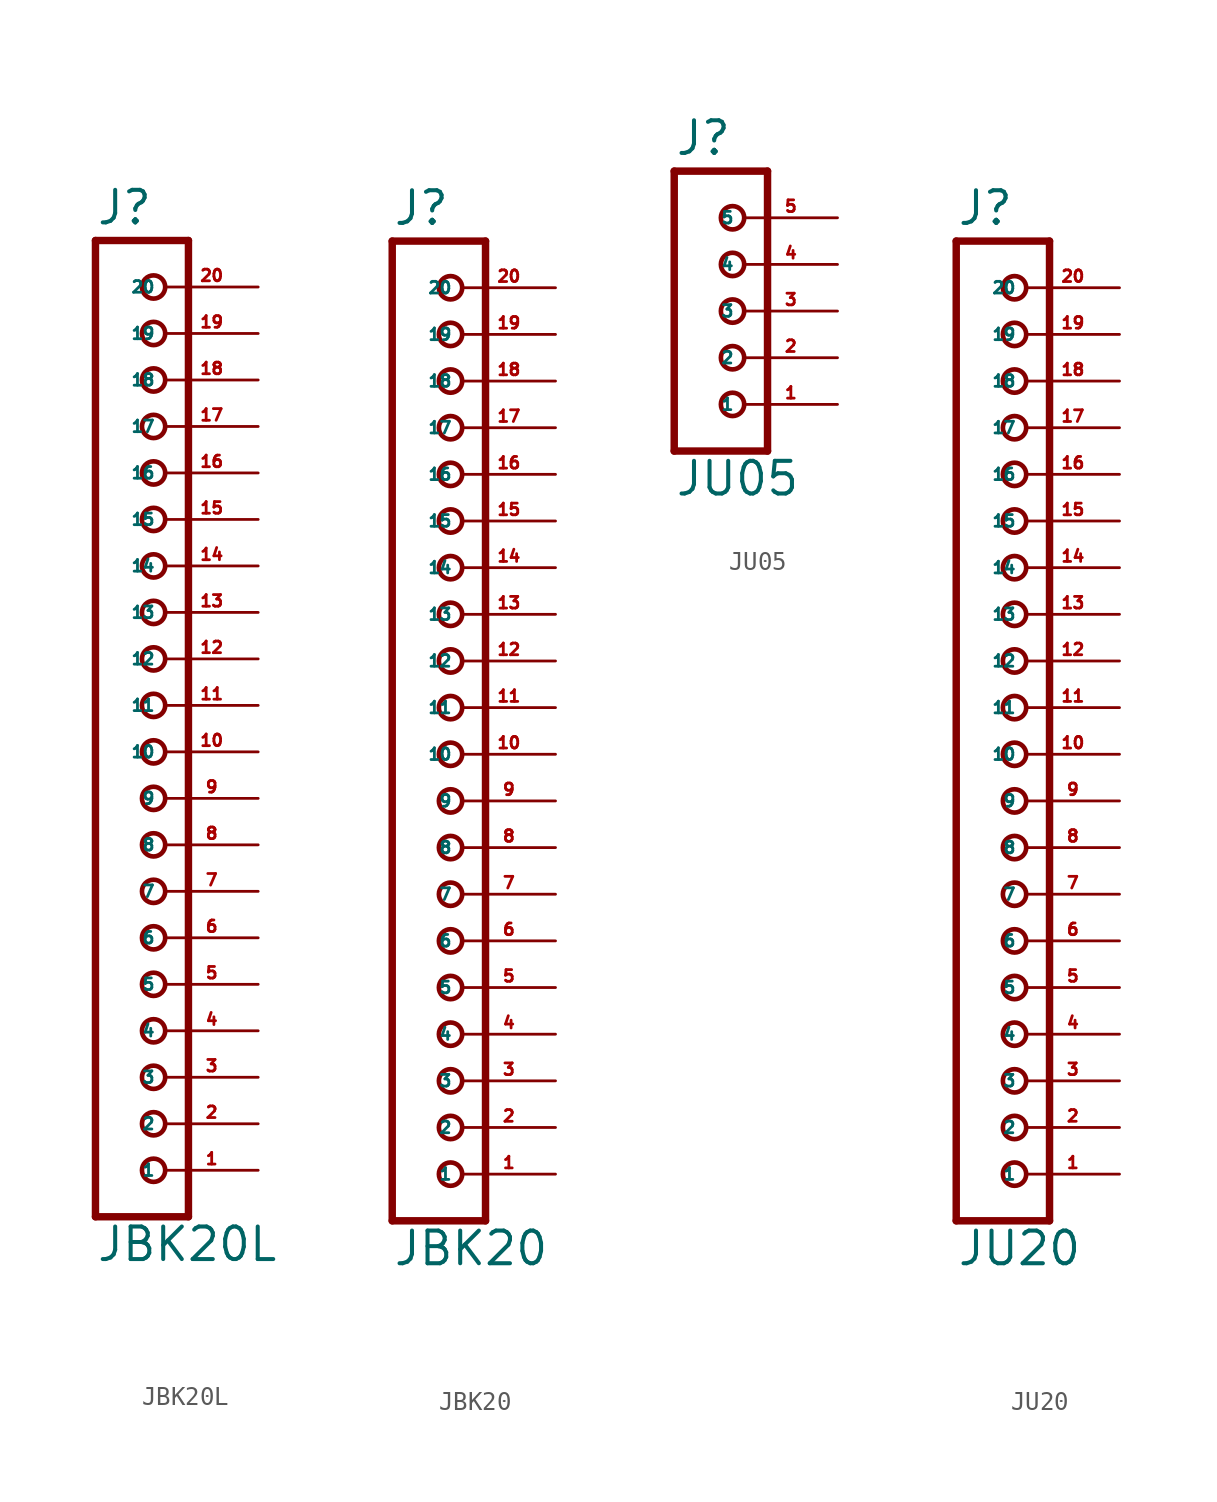
<source format=kicad_sym>
(kicad_symbol_lib
  (version 20220914)
  (generator Eagle2Kicad)
  (symbol "JBK20L"
    (property "Reference" "J"
      (at -1.27 26.162 0)
      (effects (font (size 1.778 1.778) (thickness 0.22)) (justify left bottom)))
    (property "Value" "JBK20L"
      (at -1.27 -30.48 0)
      (effects (font (size 1.778 1.778) (thickness 0.22)) (justify left bottom)))
    (polyline
      (pts (xy 3.81 -27.94) (xy -1.27 -27.94))
      (stroke (width 0.406) (type default))
      (fill (type none)))
    (polyline
      (pts (xy -1.27 25.4) (xy -1.27 -27.94))
      (stroke (width 0.406) (type default))
      (fill (type none)))
    (polyline
      (pts (xy -1.27 25.4) (xy 3.81 25.4))
      (stroke (width 0.406) (type default))
      (fill (type none)))
    (polyline
      (pts (xy 3.81 -27.94) (xy 3.81 25.4))
      (stroke (width 0.406) (type default))
      (fill (type none)))
    (circle
      (center 1.905 -25.4)
      (radius 0.635)
      (stroke (width 0.254) (type default))
      (fill (type none)))
    (circle
      (center 1.905 -22.86)
      (radius 0.635)
      (stroke (width 0.254) (type default))
      (fill (type none)))
    (circle
      (center 1.905 -20.32)
      (radius 0.635)
      (stroke (width 0.254) (type default))
      (fill (type none)))
    (circle
      (center 1.905 -17.78)
      (radius 0.635)
      (stroke (width 0.254) (type default))
      (fill (type none)))
    (circle
      (center 1.905 -15.24)
      (radius 0.635)
      (stroke (width 0.254) (type default))
      (fill (type none)))
    (circle
      (center 1.905 -12.7)
      (radius 0.635)
      (stroke (width 0.254) (type default))
      (fill (type none)))
    (circle
      (center 1.905 -10.16)
      (radius 0.635)
      (stroke (width 0.254) (type default))
      (fill (type none)))
    (circle
      (center 1.905 -7.62)
      (radius 0.635)
      (stroke (width 0.254) (type default))
      (fill (type none)))
    (circle
      (center 1.905 -5.08)
      (radius 0.635)
      (stroke (width 0.254) (type default))
      (fill (type none)))
    (circle
      (center 1.905 -2.54)
      (radius 0.635)
      (stroke (width 0.254) (type default))
      (fill (type none)))
    (circle
      (center 1.905 0)
      (radius 0.635)
      (stroke (width 0.254) (type default))
      (fill (type none)))
    (circle
      (center 1.905 2.54)
      (radius 0.635)
      (stroke (width 0.254) (type default))
      (fill (type none)))
    (circle
      (center 1.905 5.08)
      (radius 0.635)
      (stroke (width 0.254) (type default))
      (fill (type none)))
    (circle
      (center 1.905 7.62)
      (radius 0.635)
      (stroke (width 0.254) (type default))
      (fill (type none)))
    (circle
      (center 1.905 10.16)
      (radius 0.635)
      (stroke (width 0.254) (type default))
      (fill (type none)))
    (circle
      (center 1.905 12.7)
      (radius 0.635)
      (stroke (width 0.254) (type default))
      (fill (type none)))
    (circle
      (center 1.905 15.24)
      (radius 0.635)
      (stroke (width 0.254) (type default))
      (fill (type none)))
    (circle
      (center 1.905 17.78)
      (radius 0.635)
      (stroke (width 0.254) (type default))
      (fill (type none)))
    (circle
      (center 1.905 20.32)
      (radius 0.635)
      (stroke (width 0.254) (type default))
      (fill (type none)))
    (circle
      (center 1.905 22.86)
      (radius 0.635)
      (stroke (width 0.254) (type default))
      (fill (type none)))
    (pin passive line
      (at 7.62 -25.4 180)
      (length 5.08)
      (name "1" (effects (font (size 0.635 0.635) (thickness 0.08)) (justify left bottom)))
      (number "1" (effects (font (size 0.635 0.635) (thickness 0.08)) (justify left bottom))))
    (pin passive line
      (at 7.62 -22.86 180)
      (length 5.08)
      (name "2" (effects (font (size 0.635 0.635) (thickness 0.08)) (justify left bottom)))
      (number "2" (effects (font (size 0.635 0.635) (thickness 0.08)) (justify left bottom))))
    (pin passive line
      (at 7.62 -20.32 180)
      (length 5.08)
      (name "3" (effects (font (size 0.635 0.635) (thickness 0.08)) (justify left bottom)))
      (number "3" (effects (font (size 0.635 0.635) (thickness 0.08)) (justify left bottom))))
    (pin passive line
      (at 7.62 -17.78 180)
      (length 5.08)
      (name "4" (effects (font (size 0.635 0.635) (thickness 0.08)) (justify left bottom)))
      (number "4" (effects (font (size 0.635 0.635) (thickness 0.08)) (justify left bottom))))
    (pin passive line
      (at 7.62 -15.24 180)
      (length 5.08)
      (name "5" (effects (font (size 0.635 0.635) (thickness 0.08)) (justify left bottom)))
      (number "5" (effects (font (size 0.635 0.635) (thickness 0.08)) (justify left bottom))))
    (pin passive line
      (at 7.62 -12.7 180)
      (length 5.08)
      (name "6" (effects (font (size 0.635 0.635) (thickness 0.08)) (justify left bottom)))
      (number "6" (effects (font (size 0.635 0.635) (thickness 0.08)) (justify left bottom))))
    (pin passive line
      (at 7.62 -10.16 180)
      (length 5.08)
      (name "7" (effects (font (size 0.635 0.635) (thickness 0.08)) (justify left bottom)))
      (number "7" (effects (font (size 0.635 0.635) (thickness 0.08)) (justify left bottom))))
    (pin passive line
      (at 7.62 -7.62 180)
      (length 5.08)
      (name "8" (effects (font (size 0.635 0.635) (thickness 0.08)) (justify left bottom)))
      (number "8" (effects (font (size 0.635 0.635) (thickness 0.08)) (justify left bottom))))
    (pin passive line
      (at 7.62 -5.08 180)
      (length 5.08)
      (name "9" (effects (font (size 0.635 0.635) (thickness 0.08)) (justify left bottom)))
      (number "9" (effects (font (size 0.635 0.635) (thickness 0.08)) (justify left bottom))))
    (pin passive line
      (at 7.62 -2.54 180)
      (length 5.08)
      (name "10" (effects (font (size 0.635 0.635) (thickness 0.08)) (justify left bottom)))
      (number "10" (effects (font (size 0.635 0.635) (thickness 0.08)) (justify left bottom))))
    (pin passive line
      (at 7.62 0 180)
      (length 5.08)
      (name "11" (effects (font (size 0.635 0.635) (thickness 0.08)) (justify left bottom)))
      (number "11" (effects (font (size 0.635 0.635) (thickness 0.08)) (justify left bottom))))
    (pin passive line
      (at 7.62 2.54 180)
      (length 5.08)
      (name "12" (effects (font (size 0.635 0.635) (thickness 0.08)) (justify left bottom)))
      (number "12" (effects (font (size 0.635 0.635) (thickness 0.08)) (justify left bottom))))
    (pin passive line
      (at 7.62 5.08 180)
      (length 5.08)
      (name "13" (effects (font (size 0.635 0.635) (thickness 0.08)) (justify left bottom)))
      (number "13" (effects (font (size 0.635 0.635) (thickness 0.08)) (justify left bottom))))
    (pin passive line
      (at 7.62 7.62 180)
      (length 5.08)
      (name "14" (effects (font (size 0.635 0.635) (thickness 0.08)) (justify left bottom)))
      (number "14" (effects (font (size 0.635 0.635) (thickness 0.08)) (justify left bottom))))
    (pin passive line
      (at 7.62 10.16 180)
      (length 5.08)
      (name "15" (effects (font (size 0.635 0.635) (thickness 0.08)) (justify left bottom)))
      (number "15" (effects (font (size 0.635 0.635) (thickness 0.08)) (justify left bottom))))
    (pin passive line
      (at 7.62 12.7 180)
      (length 5.08)
      (name "16" (effects (font (size 0.635 0.635) (thickness 0.08)) (justify left bottom)))
      (number "16" (effects (font (size 0.635 0.635) (thickness 0.08)) (justify left bottom))))
    (pin passive line
      (at 7.62 15.24 180)
      (length 5.08)
      (name "17" (effects (font (size 0.635 0.635) (thickness 0.08)) (justify left bottom)))
      (number "17" (effects (font (size 0.635 0.635) (thickness 0.08)) (justify left bottom))))
    (pin passive line
      (at 7.62 17.78 180)
      (length 5.08)
      (name "18" (effects (font (size 0.635 0.635) (thickness 0.08)) (justify left bottom)))
      (number "18" (effects (font (size 0.635 0.635) (thickness 0.08)) (justify left bottom))))
    (pin passive line
      (at 7.62 20.32 180)
      (length 5.08)
      (name "19" (effects (font (size 0.635 0.635) (thickness 0.08)) (justify left bottom)))
      (number "19" (effects (font (size 0.635 0.635) (thickness 0.08)) (justify left bottom))))
    (pin passive line
      (at 7.62 22.86 180)
      (length 5.08)
      (name "20" (effects (font (size 0.635 0.635) (thickness 0.08)) (justify left bottom)))
      (number "20" (effects (font (size 0.635 0.635) (thickness 0.08)) (justify left bottom)))))
  (symbol "JBK20"
    (property "Reference" "J"
      (at -1.27 26.162 0)
      (effects (font (size 1.778 1.778) (thickness 0.22)) (justify left bottom)))
    (property "Value" "JBK20"
      (at -1.27 -30.48 0)
      (effects (font (size 1.778 1.778) (thickness 0.22)) (justify left bottom)))
    (polyline
      (pts (xy 3.81 -27.94) (xy -1.27 -27.94))
      (stroke (width 0.406) (type default))
      (fill (type none)))
    (polyline
      (pts (xy -1.27 25.4) (xy -1.27 -27.94))
      (stroke (width 0.406) (type default))
      (fill (type none)))
    (polyline
      (pts (xy -1.27 25.4) (xy 3.81 25.4))
      (stroke (width 0.406) (type default))
      (fill (type none)))
    (polyline
      (pts (xy 3.81 -27.94) (xy 3.81 25.4))
      (stroke (width 0.406) (type default))
      (fill (type none)))
    (circle
      (center 1.905 -25.4)
      (radius 0.635)
      (stroke (width 0.254) (type default))
      (fill (type none)))
    (circle
      (center 1.905 -22.86)
      (radius 0.635)
      (stroke (width 0.254) (type default))
      (fill (type none)))
    (circle
      (center 1.905 -20.32)
      (radius 0.635)
      (stroke (width 0.254) (type default))
      (fill (type none)))
    (circle
      (center 1.905 -17.78)
      (radius 0.635)
      (stroke (width 0.254) (type default))
      (fill (type none)))
    (circle
      (center 1.905 -15.24)
      (radius 0.635)
      (stroke (width 0.254) (type default))
      (fill (type none)))
    (circle
      (center 1.905 -12.7)
      (radius 0.635)
      (stroke (width 0.254) (type default))
      (fill (type none)))
    (circle
      (center 1.905 -10.16)
      (radius 0.635)
      (stroke (width 0.254) (type default))
      (fill (type none)))
    (circle
      (center 1.905 -7.62)
      (radius 0.635)
      (stroke (width 0.254) (type default))
      (fill (type none)))
    (circle
      (center 1.905 -5.08)
      (radius 0.635)
      (stroke (width 0.254) (type default))
      (fill (type none)))
    (circle
      (center 1.905 -2.54)
      (radius 0.635)
      (stroke (width 0.254) (type default))
      (fill (type none)))
    (circle
      (center 1.905 0)
      (radius 0.635)
      (stroke (width 0.254) (type default))
      (fill (type none)))
    (circle
      (center 1.905 2.54)
      (radius 0.635)
      (stroke (width 0.254) (type default))
      (fill (type none)))
    (circle
      (center 1.905 5.08)
      (radius 0.635)
      (stroke (width 0.254) (type default))
      (fill (type none)))
    (circle
      (center 1.905 7.62)
      (radius 0.635)
      (stroke (width 0.254) (type default))
      (fill (type none)))
    (circle
      (center 1.905 10.16)
      (radius 0.635)
      (stroke (width 0.254) (type default))
      (fill (type none)))
    (circle
      (center 1.905 12.7)
      (radius 0.635)
      (stroke (width 0.254) (type default))
      (fill (type none)))
    (circle
      (center 1.905 15.24)
      (radius 0.635)
      (stroke (width 0.254) (type default))
      (fill (type none)))
    (circle
      (center 1.905 17.78)
      (radius 0.635)
      (stroke (width 0.254) (type default))
      (fill (type none)))
    (circle
      (center 1.905 20.32)
      (radius 0.635)
      (stroke (width 0.254) (type default))
      (fill (type none)))
    (circle
      (center 1.905 22.86)
      (radius 0.635)
      (stroke (width 0.254) (type default))
      (fill (type none)))
    (pin passive line
      (at 7.62 -25.4 180)
      (length 5.08)
      (name "1" (effects (font (size 0.635 0.635) (thickness 0.08)) (justify left bottom)))
      (number "1" (effects (font (size 0.635 0.635) (thickness 0.08)) (justify left bottom))))
    (pin passive line
      (at 7.62 -22.86 180)
      (length 5.08)
      (name "2" (effects (font (size 0.635 0.635) (thickness 0.08)) (justify left bottom)))
      (number "2" (effects (font (size 0.635 0.635) (thickness 0.08)) (justify left bottom))))
    (pin passive line
      (at 7.62 -20.32 180)
      (length 5.08)
      (name "3" (effects (font (size 0.635 0.635) (thickness 0.08)) (justify left bottom)))
      (number "3" (effects (font (size 0.635 0.635) (thickness 0.08)) (justify left bottom))))
    (pin passive line
      (at 7.62 -17.78 180)
      (length 5.08)
      (name "4" (effects (font (size 0.635 0.635) (thickness 0.08)) (justify left bottom)))
      (number "4" (effects (font (size 0.635 0.635) (thickness 0.08)) (justify left bottom))))
    (pin passive line
      (at 7.62 -15.24 180)
      (length 5.08)
      (name "5" (effects (font (size 0.635 0.635) (thickness 0.08)) (justify left bottom)))
      (number "5" (effects (font (size 0.635 0.635) (thickness 0.08)) (justify left bottom))))
    (pin passive line
      (at 7.62 -12.7 180)
      (length 5.08)
      (name "6" (effects (font (size 0.635 0.635) (thickness 0.08)) (justify left bottom)))
      (number "6" (effects (font (size 0.635 0.635) (thickness 0.08)) (justify left bottom))))
    (pin passive line
      (at 7.62 -10.16 180)
      (length 5.08)
      (name "7" (effects (font (size 0.635 0.635) (thickness 0.08)) (justify left bottom)))
      (number "7" (effects (font (size 0.635 0.635) (thickness 0.08)) (justify left bottom))))
    (pin passive line
      (at 7.62 -7.62 180)
      (length 5.08)
      (name "8" (effects (font (size 0.635 0.635) (thickness 0.08)) (justify left bottom)))
      (number "8" (effects (font (size 0.635 0.635) (thickness 0.08)) (justify left bottom))))
    (pin passive line
      (at 7.62 -5.08 180)
      (length 5.08)
      (name "9" (effects (font (size 0.635 0.635) (thickness 0.08)) (justify left bottom)))
      (number "9" (effects (font (size 0.635 0.635) (thickness 0.08)) (justify left bottom))))
    (pin passive line
      (at 7.62 -2.54 180)
      (length 5.08)
      (name "10" (effects (font (size 0.635 0.635) (thickness 0.08)) (justify left bottom)))
      (number "10" (effects (font (size 0.635 0.635) (thickness 0.08)) (justify left bottom))))
    (pin passive line
      (at 7.62 0 180)
      (length 5.08)
      (name "11" (effects (font (size 0.635 0.635) (thickness 0.08)) (justify left bottom)))
      (number "11" (effects (font (size 0.635 0.635) (thickness 0.08)) (justify left bottom))))
    (pin passive line
      (at 7.62 2.54 180)
      (length 5.08)
      (name "12" (effects (font (size 0.635 0.635) (thickness 0.08)) (justify left bottom)))
      (number "12" (effects (font (size 0.635 0.635) (thickness 0.08)) (justify left bottom))))
    (pin passive line
      (at 7.62 5.08 180)
      (length 5.08)
      (name "13" (effects (font (size 0.635 0.635) (thickness 0.08)) (justify left bottom)))
      (number "13" (effects (font (size 0.635 0.635) (thickness 0.08)) (justify left bottom))))
    (pin passive line
      (at 7.62 7.62 180)
      (length 5.08)
      (name "14" (effects (font (size 0.635 0.635) (thickness 0.08)) (justify left bottom)))
      (number "14" (effects (font (size 0.635 0.635) (thickness 0.08)) (justify left bottom))))
    (pin passive line
      (at 7.62 10.16 180)
      (length 5.08)
      (name "15" (effects (font (size 0.635 0.635) (thickness 0.08)) (justify left bottom)))
      (number "15" (effects (font (size 0.635 0.635) (thickness 0.08)) (justify left bottom))))
    (pin passive line
      (at 7.62 12.7 180)
      (length 5.08)
      (name "16" (effects (font (size 0.635 0.635) (thickness 0.08)) (justify left bottom)))
      (number "16" (effects (font (size 0.635 0.635) (thickness 0.08)) (justify left bottom))))
    (pin passive line
      (at 7.62 15.24 180)
      (length 5.08)
      (name "17" (effects (font (size 0.635 0.635) (thickness 0.08)) (justify left bottom)))
      (number "17" (effects (font (size 0.635 0.635) (thickness 0.08)) (justify left bottom))))
    (pin passive line
      (at 7.62 17.78 180)
      (length 5.08)
      (name "18" (effects (font (size 0.635 0.635) (thickness 0.08)) (justify left bottom)))
      (number "18" (effects (font (size 0.635 0.635) (thickness 0.08)) (justify left bottom))))
    (pin passive line
      (at 7.62 20.32 180)
      (length 5.08)
      (name "19" (effects (font (size 0.635 0.635) (thickness 0.08)) (justify left bottom)))
      (number "19" (effects (font (size 0.635 0.635) (thickness 0.08)) (justify left bottom))))
    (pin passive line
      (at 7.62 22.86 180)
      (length 5.08)
      (name "20" (effects (font (size 0.635 0.635) (thickness 0.08)) (justify left bottom)))
      (number "20" (effects (font (size 0.635 0.635) (thickness 0.08)) (justify left bottom)))))
  (symbol "JU05"
    (property "Reference" "J"
      (at -1.27 8.382 0)
      (effects (font (size 1.778 1.778) (thickness 0.22)) (justify left bottom)))
    (property "Value" "JU05"
      (at -1.27 -10.16 0)
      (effects (font (size 1.778 1.778) (thickness 0.22)) (justify left bottom)))
    (polyline
      (pts (xy 3.81 -7.62) (xy -1.27 -7.62))
      (stroke (width 0.406) (type default))
      (fill (type none)))
    (polyline
      (pts (xy -1.27 7.62) (xy -1.27 -7.62))
      (stroke (width 0.406) (type default))
      (fill (type none)))
    (polyline
      (pts (xy -1.27 7.62) (xy 3.81 7.62))
      (stroke (width 0.406) (type default))
      (fill (type none)))
    (polyline
      (pts (xy 3.81 -7.62) (xy 3.81 7.62))
      (stroke (width 0.406) (type default))
      (fill (type none)))
    (circle
      (center 1.905 -5.08)
      (radius 0.635)
      (stroke (width 0.254) (type default))
      (fill (type none)))
    (circle
      (center 1.905 -2.54)
      (radius 0.635)
      (stroke (width 0.254) (type default))
      (fill (type none)))
    (circle
      (center 1.905 0)
      (radius 0.635)
      (stroke (width 0.254) (type default))
      (fill (type none)))
    (circle
      (center 1.905 2.54)
      (radius 0.635)
      (stroke (width 0.254) (type default))
      (fill (type none)))
    (circle
      (center 1.905 5.08)
      (radius 0.635)
      (stroke (width 0.254) (type default))
      (fill (type none)))
    (pin passive line
      (at 7.62 -5.08 180)
      (length 5.08)
      (name "1" (effects (font (size 0.635 0.635) (thickness 0.08)) (justify left bottom)))
      (number "1" (effects (font (size 0.635 0.635) (thickness 0.08)) (justify left bottom))))
    (pin passive line
      (at 7.62 -2.54 180)
      (length 5.08)
      (name "2" (effects (font (size 0.635 0.635) (thickness 0.08)) (justify left bottom)))
      (number "2" (effects (font (size 0.635 0.635) (thickness 0.08)) (justify left bottom))))
    (pin passive line
      (at 7.62 0 180)
      (length 5.08)
      (name "3" (effects (font (size 0.635 0.635) (thickness 0.08)) (justify left bottom)))
      (number "3" (effects (font (size 0.635 0.635) (thickness 0.08)) (justify left bottom))))
    (pin passive line
      (at 7.62 2.54 180)
      (length 5.08)
      (name "4" (effects (font (size 0.635 0.635) (thickness 0.08)) (justify left bottom)))
      (number "4" (effects (font (size 0.635 0.635) (thickness 0.08)) (justify left bottom))))
    (pin passive line
      (at 7.62 5.08 180)
      (length 5.08)
      (name "5" (effects (font (size 0.635 0.635) (thickness 0.08)) (justify left bottom)))
      (number "5" (effects (font (size 0.635 0.635) (thickness 0.08)) (justify left bottom)))))
  (symbol "JU20"
    (property "Reference" "J"
      (at -1.27 26.162 0)
      (effects (font (size 1.778 1.778) (thickness 0.22)) (justify left bottom)))
    (property "Value" "JU20"
      (at -1.27 -30.48 0)
      (effects (font (size 1.778 1.778) (thickness 0.22)) (justify left bottom)))
    (polyline
      (pts (xy 3.81 -27.94) (xy -1.27 -27.94))
      (stroke (width 0.406) (type default))
      (fill (type none)))
    (polyline
      (pts (xy -1.27 25.4) (xy -1.27 -27.94))
      (stroke (width 0.406) (type default))
      (fill (type none)))
    (polyline
      (pts (xy -1.27 25.4) (xy 3.81 25.4))
      (stroke (width 0.406) (type default))
      (fill (type none)))
    (polyline
      (pts (xy 3.81 -27.94) (xy 3.81 25.4))
      (stroke (width 0.406) (type default))
      (fill (type none)))
    (circle
      (center 1.905 -25.4)
      (radius 0.635)
      (stroke (width 0.254) (type default))
      (fill (type none)))
    (circle
      (center 1.905 -22.86)
      (radius 0.635)
      (stroke (width 0.254) (type default))
      (fill (type none)))
    (circle
      (center 1.905 -20.32)
      (radius 0.635)
      (stroke (width 0.254) (type default))
      (fill (type none)))
    (circle
      (center 1.905 -17.78)
      (radius 0.635)
      (stroke (width 0.254) (type default))
      (fill (type none)))
    (circle
      (center 1.905 -15.24)
      (radius 0.635)
      (stroke (width 0.254) (type default))
      (fill (type none)))
    (circle
      (center 1.905 -12.7)
      (radius 0.635)
      (stroke (width 0.254) (type default))
      (fill (type none)))
    (circle
      (center 1.905 -10.16)
      (radius 0.635)
      (stroke (width 0.254) (type default))
      (fill (type none)))
    (circle
      (center 1.905 -7.62)
      (radius 0.635)
      (stroke (width 0.254) (type default))
      (fill (type none)))
    (circle
      (center 1.905 -5.08)
      (radius 0.635)
      (stroke (width 0.254) (type default))
      (fill (type none)))
    (circle
      (center 1.905 -2.54)
      (radius 0.635)
      (stroke (width 0.254) (type default))
      (fill (type none)))
    (circle
      (center 1.905 0)
      (radius 0.635)
      (stroke (width 0.254) (type default))
      (fill (type none)))
    (circle
      (center 1.905 2.54)
      (radius 0.635)
      (stroke (width 0.254) (type default))
      (fill (type none)))
    (circle
      (center 1.905 5.08)
      (radius 0.635)
      (stroke (width 0.254) (type default))
      (fill (type none)))
    (circle
      (center 1.905 7.62)
      (radius 0.635)
      (stroke (width 0.254) (type default))
      (fill (type none)))
    (circle
      (center 1.905 10.16)
      (radius 0.635)
      (stroke (width 0.254) (type default))
      (fill (type none)))
    (circle
      (center 1.905 12.7)
      (radius 0.635)
      (stroke (width 0.254) (type default))
      (fill (type none)))
    (circle
      (center 1.905 15.24)
      (radius 0.635)
      (stroke (width 0.254) (type default))
      (fill (type none)))
    (circle
      (center 1.905 17.78)
      (radius 0.635)
      (stroke (width 0.254) (type default))
      (fill (type none)))
    (circle
      (center 1.905 20.32)
      (radius 0.635)
      (stroke (width 0.254) (type default))
      (fill (type none)))
    (circle
      (center 1.905 22.86)
      (radius 0.635)
      (stroke (width 0.254) (type default))
      (fill (type none)))
    (pin passive line
      (at 7.62 -25.4 180)
      (length 5.08)
      (name "1" (effects (font (size 0.635 0.635) (thickness 0.08)) (justify left bottom)))
      (number "1" (effects (font (size 0.635 0.635) (thickness 0.08)) (justify left bottom))))
    (pin passive line
      (at 7.62 -22.86 180)
      (length 5.08)
      (name "2" (effects (font (size 0.635 0.635) (thickness 0.08)) (justify left bottom)))
      (number "2" (effects (font (size 0.635 0.635) (thickness 0.08)) (justify left bottom))))
    (pin passive line
      (at 7.62 -20.32 180)
      (length 5.08)
      (name "3" (effects (font (size 0.635 0.635) (thickness 0.08)) (justify left bottom)))
      (number "3" (effects (font (size 0.635 0.635) (thickness 0.08)) (justify left bottom))))
    (pin passive line
      (at 7.62 -17.78 180)
      (length 5.08)
      (name "4" (effects (font (size 0.635 0.635) (thickness 0.08)) (justify left bottom)))
      (number "4" (effects (font (size 0.635 0.635) (thickness 0.08)) (justify left bottom))))
    (pin passive line
      (at 7.62 -15.24 180)
      (length 5.08)
      (name "5" (effects (font (size 0.635 0.635) (thickness 0.08)) (justify left bottom)))
      (number "5" (effects (font (size 0.635 0.635) (thickness 0.08)) (justify left bottom))))
    (pin passive line
      (at 7.62 -12.7 180)
      (length 5.08)
      (name "6" (effects (font (size 0.635 0.635) (thickness 0.08)) (justify left bottom)))
      (number "6" (effects (font (size 0.635 0.635) (thickness 0.08)) (justify left bottom))))
    (pin passive line
      (at 7.62 -10.16 180)
      (length 5.08)
      (name "7" (effects (font (size 0.635 0.635) (thickness 0.08)) (justify left bottom)))
      (number "7" (effects (font (size 0.635 0.635) (thickness 0.08)) (justify left bottom))))
    (pin passive line
      (at 7.62 -7.62 180)
      (length 5.08)
      (name "8" (effects (font (size 0.635 0.635) (thickness 0.08)) (justify left bottom)))
      (number "8" (effects (font (size 0.635 0.635) (thickness 0.08)) (justify left bottom))))
    (pin passive line
      (at 7.62 -5.08 180)
      (length 5.08)
      (name "9" (effects (font (size 0.635 0.635) (thickness 0.08)) (justify left bottom)))
      (number "9" (effects (font (size 0.635 0.635) (thickness 0.08)) (justify left bottom))))
    (pin passive line
      (at 7.62 -2.54 180)
      (length 5.08)
      (name "10" (effects (font (size 0.635 0.635) (thickness 0.08)) (justify left bottom)))
      (number "10" (effects (font (size 0.635 0.635) (thickness 0.08)) (justify left bottom))))
    (pin passive line
      (at 7.62 0 180)
      (length 5.08)
      (name "11" (effects (font (size 0.635 0.635) (thickness 0.08)) (justify left bottom)))
      (number "11" (effects (font (size 0.635 0.635) (thickness 0.08)) (justify left bottom))))
    (pin passive line
      (at 7.62 2.54 180)
      (length 5.08)
      (name "12" (effects (font (size 0.635 0.635) (thickness 0.08)) (justify left bottom)))
      (number "12" (effects (font (size 0.635 0.635) (thickness 0.08)) (justify left bottom))))
    (pin passive line
      (at 7.62 5.08 180)
      (length 5.08)
      (name "13" (effects (font (size 0.635 0.635) (thickness 0.08)) (justify left bottom)))
      (number "13" (effects (font (size 0.635 0.635) (thickness 0.08)) (justify left bottom))))
    (pin passive line
      (at 7.62 7.62 180)
      (length 5.08)
      (name "14" (effects (font (size 0.635 0.635) (thickness 0.08)) (justify left bottom)))
      (number "14" (effects (font (size 0.635 0.635) (thickness 0.08)) (justify left bottom))))
    (pin passive line
      (at 7.62 10.16 180)
      (length 5.08)
      (name "15" (effects (font (size 0.635 0.635) (thickness 0.08)) (justify left bottom)))
      (number "15" (effects (font (size 0.635 0.635) (thickness 0.08)) (justify left bottom))))
    (pin passive line
      (at 7.62 12.7 180)
      (length 5.08)
      (name "16" (effects (font (size 0.635 0.635) (thickness 0.08)) (justify left bottom)))
      (number "16" (effects (font (size 0.635 0.635) (thickness 0.08)) (justify left bottom))))
    (pin passive line
      (at 7.62 15.24 180)
      (length 5.08)
      (name "17" (effects (font (size 0.635 0.635) (thickness 0.08)) (justify left bottom)))
      (number "17" (effects (font (size 0.635 0.635) (thickness 0.08)) (justify left bottom))))
    (pin passive line
      (at 7.62 17.78 180)
      (length 5.08)
      (name "18" (effects (font (size 0.635 0.635) (thickness 0.08)) (justify left bottom)))
      (number "18" (effects (font (size 0.635 0.635) (thickness 0.08)) (justify left bottom))))
    (pin passive line
      (at 7.62 20.32 180)
      (length 5.08)
      (name "19" (effects (font (size 0.635 0.635) (thickness 0.08)) (justify left bottom)))
      (number "19" (effects (font (size 0.635 0.635) (thickness 0.08)) (justify left bottom))))
    (pin passive line
      (at 7.62 22.86 180)
      (length 5.08)
      (name "20" (effects (font (size 0.635 0.635) (thickness 0.08)) (justify left bottom)))
      (number "20" (effects (font (size 0.635 0.635) (thickness 0.08)) (justify left bottom))))))
</source>
